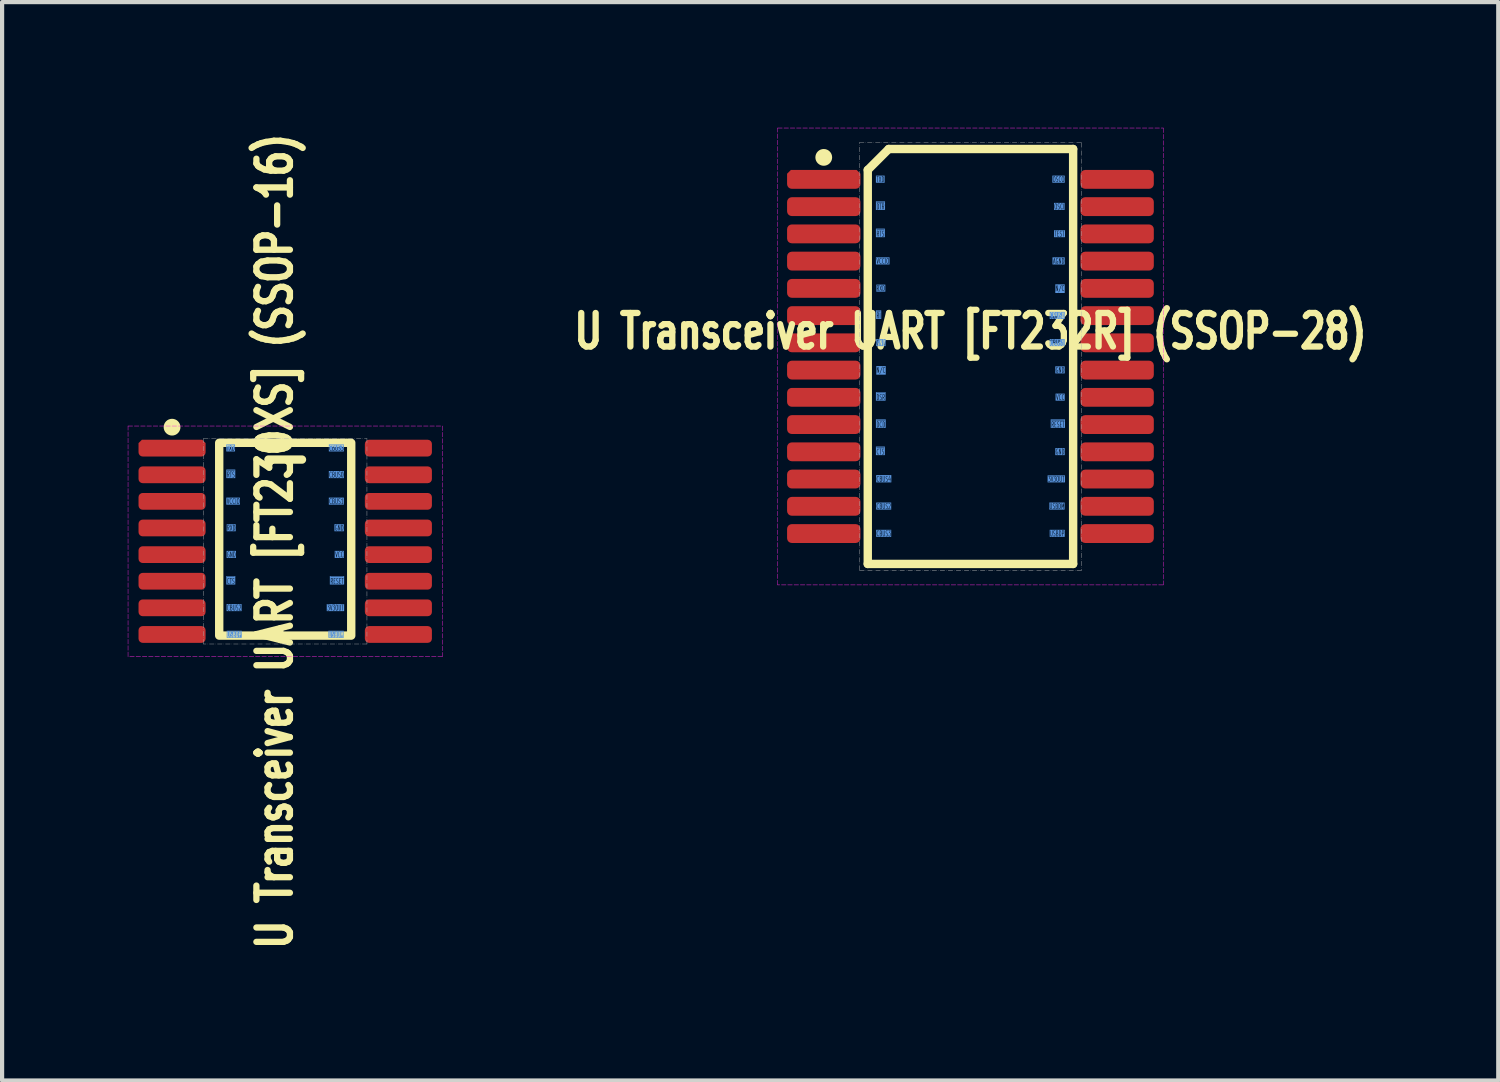
<source format=kicad_pcb>
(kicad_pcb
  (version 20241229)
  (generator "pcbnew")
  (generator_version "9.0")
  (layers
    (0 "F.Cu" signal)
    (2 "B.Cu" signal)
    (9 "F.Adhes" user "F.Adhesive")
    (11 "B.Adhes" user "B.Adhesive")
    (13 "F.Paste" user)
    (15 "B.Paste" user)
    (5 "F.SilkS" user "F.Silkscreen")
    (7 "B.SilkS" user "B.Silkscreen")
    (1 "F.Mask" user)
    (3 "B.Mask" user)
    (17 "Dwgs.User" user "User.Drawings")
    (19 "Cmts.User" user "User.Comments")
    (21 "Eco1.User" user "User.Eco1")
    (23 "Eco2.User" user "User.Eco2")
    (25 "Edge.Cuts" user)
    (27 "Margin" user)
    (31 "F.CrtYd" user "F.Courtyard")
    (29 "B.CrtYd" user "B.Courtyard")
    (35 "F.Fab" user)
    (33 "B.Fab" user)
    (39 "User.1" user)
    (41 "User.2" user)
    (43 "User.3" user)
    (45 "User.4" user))
  (footprint "U Transceiver UART [FT230XS] (SSOP-16)"
    (layer "F.Cu")
    (at 3.755 9.865)
    (property "Reference" "U Transceiver UART [FT230XS] (SSOP-16)" (at -0.25 0 90) (layer "F.SilkS") (effects (font (size 0.8 0.6) (thickness 0.15))))
    (attr smd)
    (fp_line (start -0.4 -1.95) (end 0.4 -1.95) (stroke (width 0.2) (type default)) (layer "F.SilkS"))
    (fp_rect (start -1.575 -2.35) (end 1.575 2.25) (stroke (width 0.2) (type default)) (fill no) (layer "F.SilkS"))
    (fp_circle (center -2.7 -2.723) (end -2.55 -2.723) (stroke (width 0.1) (type solid)) (fill yes) (layer "F.SilkS"))
    (fp_rect (start -3.75 -2.75) (end 3.75 2.75) (stroke (width 0.01) (type dash)) (fill no) (layer "F.CrtYd"))
    (fp_rect (start -1.95 -2.45) (end 1.95 2.45) (stroke (width 0.01) (type dash_dot)) (fill no) (layer "F.Fab"))
    (fp_text user "VCCIO" (at -1.4 -0.953 0) (layer "Cmts.User" knockout) (effects (font (size 0.13 0.07) (thickness 0.01) (bold yes)) (justify left)))
    (fp_text user "GND" (at -1.4 0.318 0) (layer "Cmts.User" knockout) (effects (font (size 0.13 0.07) (thickness 0.01) (bold yes)) (justify left)))
    (fp_text user "~{RTS}" (at -1.4 -1.587 0) (layer "Cmts.User" knockout) (effects (font (size 0.13 0.07) (thickness 0.01)) (justify left)))
    (fp_text user "USBDP" (at -1.4 2.223 0) (layer "Cmts.User" knockout) (effects (font (size 0.13 0.07) (thickness 0.01)) (justify left)))
    (fp_text user "~{CTS}" (at -1.4 0.953 0) (layer "Cmts.User" knockout) (effects (font (size 0.13 0.07) (thickness 0.01)) (justify left)))
    (fp_text user "CBUS0" (at 1.4 -1.587 0) (layer "Cmts.User" knockout) (effects (font (size 0.13 0.07) (thickness 0.01)) (justify right)))
    (fp_text user "TXD" (at -1.4 -2.223 0) (layer "Cmts.User" knockout) (effects (font (size 0.13 0.07) (thickness 0.01)) (justify left)))
    (fp_text user "CBUS3" (at 1.4 -2.223 0) (layer "Cmts.User" knockout) (effects (font (size 0.13 0.07) (thickness 0.01)) (justify right)))
    (fp_text user "VCC" (at 1.4 0.318 0) (layer "Cmts.User" knockout) (effects (font (size 0.13 0.07) (thickness 0.01)) (justify right)))
    (fp_text user "CBUS1" (at 1.4 -0.953 0) (layer "Cmts.User" knockout) (effects (font (size 0.13 0.07) (thickness 0.01)) (justify right)))
    (fp_text user "3V3OUT" (at 1.4 1.587 0) (layer "Cmts.User" knockout) (effects (font (size 0.13 0.07) (thickness 0.01) (bold yes)) (justify right)))
    (fp_text user "GND" (at 1.4 -0.318 0) (layer "Cmts.User" knockout) (effects (font (size 0.13 0.07) (thickness 0.01)) (justify right)))
    (fp_text user "CBUS2" (at -1.4 1.587 0) (layer "Cmts.User" knockout) (effects (font (size 0.13 0.07) (thickness 0.01)) (justify left)))
    (fp_text user "USBDM" (at 1.4 2.223 0) (layer "Cmts.User" knockout) (effects (font (size 0.13 0.07) (thickness 0.01)) (justify right)))
    (fp_text user "~{RESET}" (at 1.4 0.953 0) (layer "Cmts.User" knockout) (effects (font (size 0.13 0.07) (thickness 0.01) (bold yes)) (justify right)))
    (fp_text user "RXD" (at -1.4 -0.318 0) (layer "Cmts.User" knockout) (effects (font (size 0.13 0.07) (thickness 0.01)) (justify left)))
    (pad "1" smd roundrect (at -2.7 -2.223) (size 1.6 0.4) (layers "F.Cu" "F.Mask" "F.Paste") (roundrect_rratio 0.25) (chamfer_ratio 0.2) (chamfer top_left top_right))
    (pad "2" smd roundrect (at -2.7 -1.587) (size 1.6 0.4) (layers "F.Cu" "F.Mask" "F.Paste") (roundrect_rratio 0.25))
    (pad "3" smd roundrect (at -2.7 -0.953) (size 1.6 0.4) (layers "F.Cu" "F.Mask" "F.Paste") (roundrect_rratio 0.25))
    (pad "4" smd roundrect (at -2.7 -0.318) (size 1.6 0.4) (layers "F.Cu" "F.Mask" "F.Paste") (roundrect_rratio 0.25))
    (pad "5" smd roundrect (at -2.7 0.318) (size 1.6 0.4) (layers "F.Cu" "F.Mask" "F.Paste") (roundrect_rratio 0.25))
    (pad "6" smd roundrect (at -2.7 0.953) (size 1.6 0.4) (layers "F.Cu" "F.Mask" "F.Paste") (roundrect_rratio 0.25))
    (pad "7" smd roundrect (at -2.7 1.587) (size 1.6 0.4) (layers "F.Cu" "F.Mask" "F.Paste") (roundrect_rratio 0.25))
    (pad "8" smd roundrect (at -2.7 2.223) (size 1.6 0.4) (layers "F.Cu" "F.Mask" "F.Paste") (roundrect_rratio 0.25))
    (pad "9" smd roundrect (at 2.7 2.223) (size 1.6 0.4) (layers "F.Cu" "F.Mask" "F.Paste") (roundrect_rratio 0.25))
    (pad "10" smd roundrect (at 2.7 1.587) (size 1.6 0.4) (layers "F.Cu" "F.Mask" "F.Paste") (roundrect_rratio 0.25))
    (pad "11" smd roundrect (at 2.7 0.953) (size 1.6 0.4) (layers "F.Cu" "F.Mask" "F.Paste") (roundrect_rratio 0.25))
    (pad "12" smd roundrect (at 2.7 0.318) (size 1.6 0.4) (layers "F.Cu" "F.Mask" "F.Paste") (roundrect_rratio 0.25))
    (pad "13" smd roundrect (at 2.7 -0.318) (size 1.6 0.4) (layers "F.Cu" "F.Mask" "F.Paste") (roundrect_rratio 0.25))
    (pad "14" smd roundrect (at 2.7 -0.953) (size 1.6 0.4) (layers "F.Cu" "F.Mask" "F.Paste") (roundrect_rratio 0.25))
    (pad "15" smd roundrect (at 2.7 -1.587) (size 1.6 0.4) (layers "F.Cu" "F.Mask" "F.Paste") (roundrect_rratio 0.25))
    (pad "16" smd roundrect (at 2.7 -2.223) (size 1.6 0.4) (layers "F.Cu" "F.Mask" "F.Paste") (roundrect_rratio 0.25)))
  (footprint "U Transceiver UART [FT232R] (SSOP-28)"
    (layer "F.Cu")
    (at 20.104 5.455)
    (property "Reference" "U Transceiver UART [FT232R] (SSOP-28)" (at 0 -0.6 0) (layer "F.SilkS") (effects (font (size 0.8 0.6) (thickness 0.15))))
    (attr smd)
    (fp_line (start -2.45 -4.45) (end -1.95 -4.95) (stroke (width 0.2) (type default)) (layer "F.SilkS"))
    (fp_line (start -2.45 4.95) (end -2.45 -4.45) (stroke (width 0.2) (type default)) (layer "F.SilkS"))
    (fp_line (start -1.95 -4.95) (end 2.45 -4.95) (stroke (width 0.2) (type default)) (layer "F.SilkS"))
    (fp_line (start 2.45 -4.95) (end 2.45 4.95) (stroke (width 0.2) (type default)) (layer "F.SilkS"))
    (fp_line (start 2.45 4.95) (end -2.45 4.95) (stroke (width 0.2) (type default)) (layer "F.SilkS"))
    (fp_circle (center -3.5 -4.75) (end -3.35 -4.75) (stroke (width 0.1) (type solid)) (fill yes) (layer "F.SilkS"))
    (fp_rect (start -4.6 -5.45) (end 4.6 5.45) (stroke (width 0.01) (type dash)) (fill no) (layer "F.CrtYd"))
    (fp_rect (start -2.65 -5.1) (end 2.65 5.1) (stroke (width 0.01) (type dash_dot)) (fill no) (layer "F.Fab"))
    (fp_text user "~{CTS}" (at -2.25 2.275 0) (layer "Cmts.User" knockout) (effects (font (size 0.13 0.07) (thickness 0.01)) (justify left)))
    (fp_text user "OSCI" (at 2.25 -3.575 0) (layer "Cmts.User" knockout) (effects (font (size 0.13 0.07) (thickness 0.01) (bold yes)) (justify right)))
    (fp_text user "~{DSR}" (at -2.25 0.975 0) (layer "Cmts.User" knockout) (effects (font (size 0.13 0.07) (thickness 0.01)) (justify left)))
    (fp_text user "GND" (at 2.25 0.325 0) (layer "Cmts.User" knockout) (effects (font (size 0.13 0.07) (thickness 0.01)) (justify right)))
    (fp_text user "OSCO" (at 2.25 -4.225 0) (layer "Cmts.User" knockout) (effects (font (size 0.13 0.07) (thickness 0.01) (bold yes)) (justify right)))
    (fp_text user "USBDP" (at 2.25 4.225 0) (layer "Cmts.User" knockout) (effects (font (size 0.13 0.07) (thickness 0.01)) (justify right)))
    (fp_text user "~{RI}" (at -2.25 -0.975 0) (layer "Cmts.User" knockout) (effects (font (size 0.13 0.07) (thickness 0.01) (bold yes)) (justify left)))
    (fp_text user "~{DTR}" (at -2.25 -3.575 0) (layer "Cmts.User" knockout) (effects (font (size 0.13 0.07) (thickness 0.01)) (justify left)))
    (fp_text user "N/C" (at 2.25 -1.625 0) (layer "Cmts.User" knockout) (effects (font (size 0.13 0.07) (thickness 0.01)) (justify right)))
    (fp_text user "3V3OUT" (at 2.25 2.925 0) (layer "Cmts.User" knockout) (effects (font (size 0.13 0.07) (thickness 0.01)) (justify right)))
    (fp_text user "~{DCD}" (at -2.25 1.625 0) (layer "Cmts.User" knockout) (effects (font (size 0.13 0.07) (thickness 0.01)) (justify left)))
    (fp_text user "CBUS4" (at -2.25 2.925 0) (layer "Cmts.User" knockout) (effects (font (size 0.13 0.07) (thickness 0.01)) (justify left)))
    (fp_text user "GND" (at -2.25 -0.325 0) (layer "Cmts.User" knockout) (effects (font (size 0.13 0.07) (thickness 0.01)) (justify left)))
    (fp_text user "CBUS0" (at 2.25 -0.975 0) (layer "Cmts.User" knockout) (effects (font (size 0.13 0.07) (thickness 0.01)) (justify right)))
    (fp_text user "TEST" (at 2.25 -2.925 0) (layer "Cmts.User" knockout) (effects (font (size 0.13 0.07) (thickness 0.01)) (justify right)))
    (fp_text user "CBUS3" (at -2.25 4.225 0) (layer "Cmts.User" knockout) (effects (font (size 0.13 0.07) (thickness 0.01) (bold yes)) (justify left)))
    (fp_text user "~{RTS}" (at -2.25 -2.925 0) (layer "Cmts.User" knockout) (effects (font (size 0.13 0.07) (thickness 0.01)) (justify left)))
    (fp_text user "N/C" (at -2.25 0.325 0) (layer "Cmts.User" knockout) (effects (font (size 0.13 0.07) (thickness 0.01) (bold yes)) (justify left)))
    (fp_text user "RXD" (at -2.25 -1.625 0) (layer "Cmts.User" knockout) (effects (font (size 0.13 0.07) (thickness 0.01)) (justify left)))
    (fp_text user "VCC" (at 2.25 0.975 0) (layer "Cmts.User" knockout) (effects (font (size 0.13 0.07) (thickness 0.01) (bold yes)) (justify right)))
    (fp_text user "CBUS1" (at 2.25 -0.325 0) (layer "Cmts.User" knockout) (effects (font (size 0.13 0.07) (thickness 0.01)) (justify right)))
    (fp_text user "CBUS2" (at -2.25 3.575 0) (layer "Cmts.User" knockout) (effects (font (size 0.13 0.07) (thickness 0.01)) (justify left)))
    (fp_text user "~{RESET}" (at 2.25 1.625 0) (layer "Cmts.User" knockout) (effects (font (size 0.13 0.07) (thickness 0.01) (bold yes)) (justify right)))
    (fp_text user "TXD" (at -2.25 -4.225 0) (layer "Cmts.User" knockout) (effects (font (size 0.13 0.07) (thickness 0.01) (bold yes)) (justify left)))
    (fp_text user "GND" (at 2.25 2.275 0) (layer "Cmts.User" knockout) (effects (font (size 0.13 0.07) (thickness 0.01)) (justify right)))
    (fp_text user "VCCIO" (at -2.25 -2.275 0) (layer "Cmts.User" knockout) (effects (font (size 0.13 0.07) (thickness 0.01)) (justify left)))
    (fp_text user "AGND" (at 2.25 -2.275 0) (layer "Cmts.User" knockout) (effects (font (size 0.13 0.07) (thickness 0.01)) (justify right)))
    (fp_text user "USBDM" (at 2.25 3.575 0) (layer "Cmts.User" knockout) (effects (font (size 0.13 0.07) (thickness 0.01)) (justify right)))
    (pad "1" smd roundrect (at -3.5 -4.225) (size 1.75 0.45) (layers "F.Cu" "F.Mask" "F.Paste") (roundrect_rratio 0.25) (chamfer_ratio 0.2) (chamfer top_left top_right))
    (pad "2" smd roundrect (at -3.5 -3.575) (size 1.75 0.45) (layers "F.Cu" "F.Mask" "F.Paste") (roundrect_rratio 0.25))
    (pad "3" smd roundrect (at -3.5 -2.925) (size 1.75 0.45) (layers "F.Cu" "F.Mask" "F.Paste") (roundrect_rratio 0.25))
    (pad "4" smd roundrect (at -3.5 -2.275) (size 1.75 0.45) (layers "F.Cu" "F.Mask" "F.Paste") (roundrect_rratio 0.25))
    (pad "5" smd roundrect (at -3.5 -1.625) (size 1.75 0.45) (layers "F.Cu" "F.Mask" "F.Paste") (roundrect_rratio 0.25))
    (pad "6" smd roundrect (at -3.5 -0.975) (size 1.75 0.45) (layers "F.Cu" "F.Mask" "F.Paste") (roundrect_rratio 0.25))
    (pad "7" smd roundrect (at -3.5 -0.325) (size 1.75 0.45) (layers "F.Cu" "F.Mask" "F.Paste") (roundrect_rratio 0.25))
    (pad "8" smd roundrect (at -3.5 0.325) (size 1.75 0.45) (layers "F.Cu" "F.Mask" "F.Paste") (roundrect_rratio 0.25))
    (pad "9" smd roundrect (at -3.5 0.975) (size 1.75 0.45) (layers "F.Cu" "F.Mask" "F.Paste") (roundrect_rratio 0.25))
    (pad "10" smd roundrect (at -3.5 1.625) (size 1.75 0.45) (layers "F.Cu" "F.Mask" "F.Paste") (roundrect_rratio 0.25))
    (pad "11" smd roundrect (at -3.5 2.275) (size 1.75 0.45) (layers "F.Cu" "F.Mask" "F.Paste") (roundrect_rratio 0.25))
    (pad "12" smd roundrect (at -3.5 2.925) (size 1.75 0.45) (layers "F.Cu" "F.Mask" "F.Paste") (roundrect_rratio 0.25))
    (pad "13" smd roundrect (at -3.5 3.575) (size 1.75 0.45) (layers "F.Cu" "F.Mask" "F.Paste") (roundrect_rratio 0.25))
    (pad "14" smd roundrect (at -3.5 4.225) (size 1.75 0.45) (layers "F.Cu" "F.Mask" "F.Paste") (roundrect_rratio 0.25))
    (pad "15" smd roundrect (at 3.5 4.225) (size 1.75 0.45) (layers "F.Cu" "F.Mask" "F.Paste") (roundrect_rratio 0.25))
    (pad "16" smd roundrect (at 3.5 3.575) (size 1.75 0.45) (layers "F.Cu" "F.Mask" "F.Paste") (roundrect_rratio 0.25))
    (pad "17" smd roundrect (at 3.5 2.925) (size 1.75 0.45) (layers "F.Cu" "F.Mask" "F.Paste") (roundrect_rratio 0.25))
    (pad "18" smd roundrect (at 3.5 2.275) (size 1.75 0.45) (layers "F.Cu" "F.Mask" "F.Paste") (roundrect_rratio 0.25))
    (pad "19" smd roundrect (at 3.5 1.625) (size 1.75 0.45) (layers "F.Cu" "F.Mask" "F.Paste") (roundrect_rratio 0.25))
    (pad "20" smd roundrect (at 3.5 0.975) (size 1.75 0.45) (layers "F.Cu" "F.Mask" "F.Paste") (roundrect_rratio 0.25))
    (pad "21" smd roundrect (at 3.5 0.325) (size 1.75 0.45) (layers "F.Cu" "F.Mask" "F.Paste") (roundrect_rratio 0.25))
    (pad "22" smd roundrect (at 3.5 -0.325) (size 1.75 0.45) (layers "F.Cu" "F.Mask" "F.Paste") (roundrect_rratio 0.25))
    (pad "23" smd roundrect (at 3.5 -0.975) (size 1.75 0.45) (layers "F.Cu" "F.Mask" "F.Paste") (roundrect_rratio 0.25))
    (pad "24" smd roundrect (at 3.5 -1.625) (size 1.75 0.45) (layers "F.Cu" "F.Mask" "F.Paste") (roundrect_rratio 0.25))
    (pad "25" smd roundrect (at 3.5 -2.275) (size 1.75 0.45) (layers "F.Cu" "F.Mask" "F.Paste") (roundrect_rratio 0.25))
    (pad "26" smd roundrect (at 3.5 -2.925) (size 1.75 0.45) (layers "F.Cu" "F.Mask" "F.Paste") (roundrect_rratio 0.25))
    (pad "27" smd roundrect (at 3.5 -3.575) (size 1.75 0.45) (layers "F.Cu" "F.Mask" "F.Paste") (roundrect_rratio 0.25))
    (pad "28" smd roundrect (at 3.5 -4.225) (size 1.75 0.45) (layers "F.Cu" "F.Mask" "F.Paste") (roundrect_rratio 0.25)))
  (gr_rect
    (start -3 -3)
    (end 32.697 22.73)
    (stroke (width 0.1) (type default))
    (fill no)
    (layer "Edge.Cuts")))
</source>
